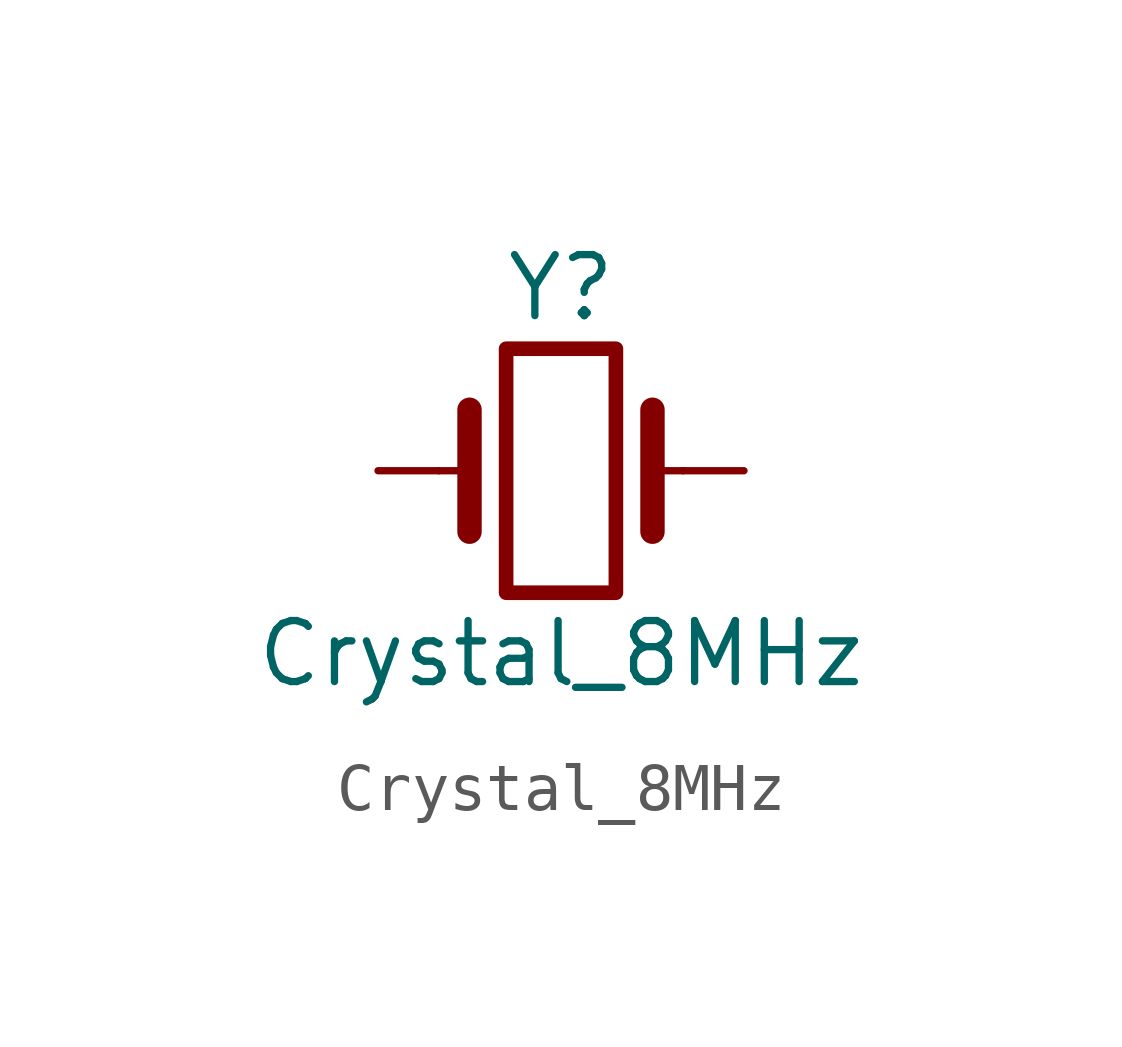
<source format=kicad_sym>
(kicad_symbol_lib
  (version 20220914)
  (generator kicad_symbol_editor)
  (symbol "Crystal_8MHz"
    (pin_numbers hide)
    (pin_names
      (offset 1.016) hide)
    (property "Reference" "Y"
      (at 0 3.81 0)
      (effects (font (size 1.27 1.27))))
    (property "Value" "Crystal_8MHz"
      (at 0 -3.81 0)
      (effects (font (size 1.27 1.27))))
    (symbol "Crystal_8MHz_0_1"
      (rectangle (start -1.143 2.54) (end 1.143 -2.54) (stroke (width 0.305) (type default)) (fill (type none)))
      (polyline (pts (xy -2.54 0) (xy -1.905 0)) (stroke (width 0) (type default)) (fill (type none)))
      (polyline (pts (xy -1.905 -1.27) (xy -1.905 1.27)) (stroke (width 0.508) (type default)) (fill (type none)))
      (polyline (pts (xy 1.905 -1.27) (xy 1.905 1.27)) (stroke (width 0.508) (type default)) (fill (type none)))
      (polyline (pts (xy 2.54 0) (xy 1.905 0)) (stroke (width 0) (type default)) (fill (type none))))
    (symbol "Crystal_8MHz_1_1"
      (pin passive line (at -3.81 0 0) (length 1.27) (name "1" (effects (font (size 1.27 1.27)))) (number "1" (effects (font (size 1.27 1.27)))))
      (pin passive line (at 3.81 0 180) (length 1.27) (name "2" (effects (font (size 1.27 1.27)))) (number "2" (effects (font (size 1.27 1.27))))))))
</source>
